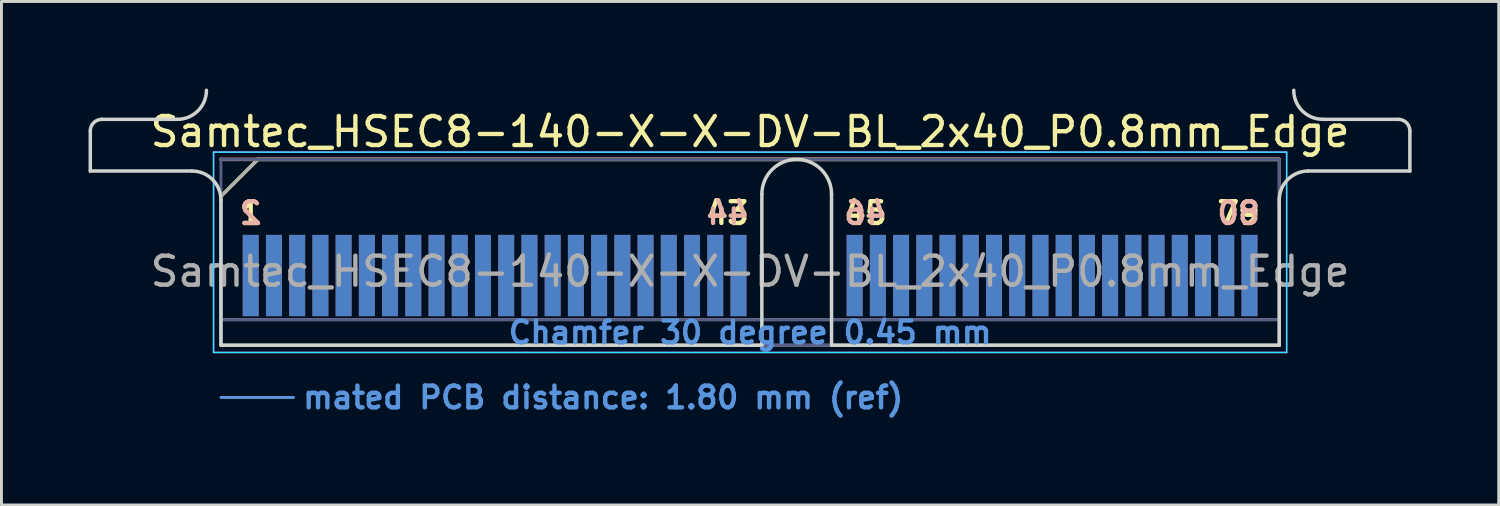
<source format=kicad_pcb>
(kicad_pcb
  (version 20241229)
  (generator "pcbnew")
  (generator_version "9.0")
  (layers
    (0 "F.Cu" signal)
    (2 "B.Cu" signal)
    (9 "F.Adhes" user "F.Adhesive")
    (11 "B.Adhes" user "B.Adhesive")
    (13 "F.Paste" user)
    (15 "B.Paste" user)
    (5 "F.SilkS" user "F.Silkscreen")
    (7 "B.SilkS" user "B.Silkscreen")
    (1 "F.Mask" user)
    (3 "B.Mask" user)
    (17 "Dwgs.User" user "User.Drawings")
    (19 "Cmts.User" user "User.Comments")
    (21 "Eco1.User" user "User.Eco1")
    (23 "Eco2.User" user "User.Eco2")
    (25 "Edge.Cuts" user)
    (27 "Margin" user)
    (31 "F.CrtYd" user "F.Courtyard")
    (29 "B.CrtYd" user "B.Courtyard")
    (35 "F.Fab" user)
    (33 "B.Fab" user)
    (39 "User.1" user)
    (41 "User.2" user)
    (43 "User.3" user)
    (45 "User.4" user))
  (footprint "Samtec_HSEC8-140-X-X-DV-BL_2x40_P0.8mm_Edge"
    (layer "F.Cu")
    (at 22.785 8.84)
    (property "Reference" "Samtec_HSEC8-140-X-X-DV-BL_2x40_P0.8mm_Edge" (at 0 -7.35 0) (layer "F.SilkS") (effects (font (size 1 1) (thickness 0.15))))
    (attr exclude_from_pos_files exclude_from_bom)
    (fp_line (start -18.225 -5.13) (end -16.955 -6.4) (stroke (width 0.12) (type solid)) (layer "F.SilkS"))
    (fp_line (start -16.955 -6.4) (end 18.225 -6.4) (stroke (width 0.12) (type solid)) (layer "F.SilkS"))
    (fp_line (start -18.225 -6.4) (end -18.225 -6.4) (stroke (width 0.12) (type solid)) (layer "B.SilkS"))
    (fp_line (start -18.225 -6.4) (end 18.225 -6.4) (stroke (width 0.12) (type solid)) (layer "B.SilkS"))
    (fp_line (start -18.225 1.8) (end -15.725 1.8) (stroke (width 0.1) (type solid)) (layer "Cmts.User"))
    (fp_line (start -22.725 -6) (end -22.725 -7.38) (stroke (width 0.12) (type solid)) (layer "Edge.Cuts"))
    (fp_line (start -22.325 -7.78) (end -19.725 -7.78) (stroke (width 0.12) (type solid)) (layer "Edge.Cuts"))
    (fp_line (start -19.225 -6) (end -22.725 -6) (stroke (width 0.12) (type solid)) (layer "Edge.Cuts"))
    (fp_line (start -18.225 -5) (end -18.225 0) (stroke (width 0.12) (type solid)) (layer "Edge.Cuts"))
    (fp_line (start -18.225 0) (end 0.405 0) (stroke (width 0.12) (type solid)) (layer "Edge.Cuts"))
    (fp_line (start 0.405 0) (end 0.405 -5.2) (stroke (width 0.12) (type solid)) (layer "Edge.Cuts"))
    (fp_line (start 2.805 -5.2) (end 2.805 0) (stroke (width 0.12) (type solid)) (layer "Edge.Cuts"))
    (fp_line (start 2.805 0) (end 18.225 0) (stroke (width 0.12) (type solid)) (layer "Edge.Cuts"))
    (fp_line (start 18.225 0) (end 18.225 -5) (stroke (width 0.12) (type solid)) (layer "Edge.Cuts"))
    (fp_line (start 19.225 -6) (end 22.725 -6) (stroke (width 0.12) (type solid)) (layer "Edge.Cuts"))
    (fp_line (start 22.325 -7.78) (end 19.725 -7.78) (stroke (width 0.12) (type solid)) (layer "Edge.Cuts"))
    (fp_line (start 22.725 -6) (end 22.725 -7.38) (stroke (width 0.12) (type solid)) (layer "Edge.Cuts"))
    (fp_arc (start -22.725 -7.38) (mid -22.607843 -7.662843) (end -22.325 -7.78) (stroke (width 0.12) (type solid)) (layer "Edge.Cuts"))
    (fp_arc (start -19.225 -6) (mid -18.517893 -5.707107) (end -18.225 -5) (stroke (width 0.12) (type solid)) (layer "Edge.Cuts"))
    (fp_arc (start -18.725 -8.78) (mid -19.017893 -8.072893) (end -19.725 -7.78) (stroke (width 0.12) (type solid)) (layer "Edge.Cuts"))
    (fp_arc (start 0.405 -5.2) (mid 1.605 -6.4) (end 2.805 -5.2) (stroke (width 0.12) (type solid)) (layer "Edge.Cuts"))
    (fp_arc (start 18.225 -5) (mid 18.517893 -5.707107) (end 19.225 -6) (stroke (width 0.12) (type solid)) (layer "Edge.Cuts"))
    (fp_arc (start 19.725 -7.78) (mid 19.017893 -8.072893) (end 18.725 -8.78) (stroke (width 0.12) (type solid)) (layer "Edge.Cuts"))
    (fp_arc (start 22.325 -7.78) (mid 22.607843 -7.662843) (end 22.725 -7.38) (stroke (width 0.12) (type solid)) (layer "Edge.Cuts"))
    (fp_line (start -18.48 -6.65) (end -18.48 0.25) (stroke (width 0.05) (type solid)) (layer "B.CrtYd"))
    (fp_line (start -18.48 0.25) (end 18.48 0.25) (stroke (width 0.05) (type solid)) (layer "B.CrtYd"))
    (fp_line (start 18.48 -6.65) (end -18.48 -6.65) (stroke (width 0.05) (type solid)) (layer "B.CrtYd"))
    (fp_line (start 18.48 0.25) (end 18.48 -6.65) (stroke (width 0.05) (type solid)) (layer "B.CrtYd"))
    (fp_line (start -18.48 -6.65) (end -18.48 0.25) (stroke (width 0.05) (type solid)) (layer "F.CrtYd"))
    (fp_line (start -18.48 0.25) (end 18.48 0.25) (stroke (width 0.05) (type solid)) (layer "F.CrtYd"))
    (fp_line (start 18.48 -6.65) (end -18.48 -6.65) (stroke (width 0.05) (type solid)) (layer "F.CrtYd"))
    (fp_line (start 18.48 0.25) (end 18.48 -6.65) (stroke (width 0.05) (type solid)) (layer "F.CrtYd"))
    (fp_line (start -18.225 -6.4) (end -18.225 -6.4) (stroke (width 0.1) (type solid)) (layer "B.Fab"))
    (fp_line (start -18.225 -6.4) (end -18.225 0) (stroke (width 0.1) (type solid)) (layer "B.Fab"))
    (fp_line (start -18.225 -6.4) (end 18.225 -6.4) (stroke (width 0.1) (type solid)) (layer "B.Fab"))
    (fp_line (start -18.225 -0.88) (end 18.225 -0.88) (stroke (width 0.1) (type solid)) (layer "B.Fab"))
    (fp_line (start -18.225 0) (end 18.225 0) (stroke (width 0.1) (type solid)) (layer "B.Fab"))
    (fp_line (start 18.225 -6.4) (end 18.225 0) (stroke (width 0.1) (type solid)) (layer "B.Fab"))
    (fp_line (start -18.225 -5.13) (end -18.225 0) (stroke (width 0.1) (type solid)) (layer "F.Fab"))
    (fp_line (start -18.225 -5.13) (end -16.955 -6.4) (stroke (width 0.1) (type solid)) (layer "F.Fab"))
    (fp_line (start -18.225 -0.88) (end 18.225 -0.88) (stroke (width 0.1) (type solid)) (layer "F.Fab"))
    (fp_line (start -18.225 0) (end 18.225 0) (stroke (width 0.1) (type solid)) (layer "F.Fab"))
    (fp_line (start -16.955 -6.4) (end 18.225 -6.4) (stroke (width 0.1) (type solid)) (layer "F.Fab"))
    (fp_line (start 18.225 -6.4) (end 18.225 0) (stroke (width 0.1) (type solid)) (layer "F.Fab"))
    (fp_text user "45" (at 3.975 -4.55 0) (layer "F.SilkS") (effects (font (size 0.75 0.75) (thickness 0.15))))
    (fp_text user "79" (at 16.825 -4.55 0) (layer "F.SilkS") (effects (font (size 0.75 0.75) (thickness 0.15))))
    (fp_text user "43" (at -0.775 -4.55 0) (layer "F.SilkS") (effects (font (size 0.75 0.75) (thickness 0.15))))
    (fp_text user "1" (at -17.2 -4.55 0) (layer "F.SilkS") (effects (font (size 0.75 0.75) (thickness 0.15))))
    (fp_text user "2" (at -17.2 -4.55 0) (layer "B.SilkS") (effects (font (size 0.75 0.75) (thickness 0.15)) (justify mirror)))
    (fp_text user "80" (at 16.825 -4.55 0) (layer "B.SilkS") (effects (font (size 0.75 0.75) (thickness 0.15)) (justify mirror)))
    (fp_text user "46" (at 3.975 -4.55 0) (layer "B.SilkS") (effects (font (size 0.75 0.75) (thickness 0.15)) (justify mirror)))
    (fp_text user "44" (at -0.775 -4.55 0) (layer "B.SilkS") (effects (font (size 0.75 0.75) (thickness 0.15)) (justify mirror)))
    (fp_text user "mated PCB distance: 1.80 mm (ref)" (at -15.48 1.8 0) (layer "Cmts.User") (effects (font (size 0.75 0.75) (thickness 0.15)) (justify left)))
    (fp_text user "Chamfer 30 degree 0.45 mm" (at 0 -0.44 0) (layer "Cmts.User") (effects (font (size 0.75 0.75) (thickness 0.15))))
    (fp_text user "${REFERENCE}" (at 0 -2.54 0) (layer "F.Fab") (effects (font (size 1 1) (thickness 0.15))))
    (pad "1" connect rect (at -17.2 -2.4) (size 0.55 2.8) (layers "F.Cu" "F.Mask"))
    (pad "2" connect rect (at -17.2 -2.4) (size 0.55 2.8) (layers "B.Cu" "B.Mask"))
    (pad "3" connect rect (at -16.4 -2.4) (size 0.55 2.8) (layers "F.Cu" "F.Mask"))
    (pad "4" connect rect (at -16.4 -2.4) (size 0.55 2.8) (layers "B.Cu" "B.Mask"))
    (pad "5" connect rect (at -15.6 -2.4) (size 0.55 2.8) (layers "F.Cu" "F.Mask"))
    (pad "6" connect rect (at -15.6 -2.4) (size 0.55 2.8) (layers "B.Cu" "B.Mask"))
    (pad "7" connect rect (at -14.8 -2.4) (size 0.55 2.8) (layers "F.Cu" "F.Mask"))
    (pad "8" connect rect (at -14.8 -2.4) (size 0.55 2.8) (layers "B.Cu" "B.Mask"))
    (pad "9" connect rect (at -14 -2.4) (size 0.55 2.8) (layers "F.Cu" "F.Mask"))
    (pad "10" connect rect (at -14 -2.4) (size 0.55 2.8) (layers "B.Cu" "B.Mask"))
    (pad "11" connect rect (at -13.2 -2.4) (size 0.55 2.8) (layers "F.Cu" "F.Mask"))
    (pad "12" connect rect (at -13.2 -2.4) (size 0.55 2.8) (layers "B.Cu" "B.Mask"))
    (pad "13" connect rect (at -12.4 -2.4) (size 0.55 2.8) (layers "F.Cu" "F.Mask"))
    (pad "14" connect rect (at -12.4 -2.4) (size 0.55 2.8) (layers "B.Cu" "B.Mask"))
    (pad "15" connect rect (at -11.6 -2.4) (size 0.55 2.8) (layers "F.Cu" "F.Mask"))
    (pad "16" connect rect (at -11.6 -2.4) (size 0.55 2.8) (layers "B.Cu" "B.Mask"))
    (pad "17" connect rect (at -10.8 -2.4) (size 0.55 2.8) (layers "F.Cu" "F.Mask"))
    (pad "18" connect rect (at -10.8 -2.4) (size 0.55 2.8) (layers "B.Cu" "B.Mask"))
    (pad "19" connect rect (at -10 -2.4) (size 0.55 2.8) (layers "F.Cu" "F.Mask"))
    (pad "20" connect rect (at -10 -2.4) (size 0.55 2.8) (layers "B.Cu" "B.Mask"))
    (pad "21" connect rect (at -9.2 -2.4) (size 0.55 2.8) (layers "F.Cu" "F.Mask"))
    (pad "22" connect rect (at -9.2 -2.4) (size 0.55 2.8) (layers "B.Cu" "B.Mask"))
    (pad "23" connect rect (at -8.4 -2.4) (size 0.55 2.8) (layers "F.Cu" "F.Mask"))
    (pad "24" connect rect (at -8.4 -2.4) (size 0.55 2.8) (layers "B.Cu" "B.Mask"))
    (pad "25" connect rect (at -7.6 -2.4) (size 0.55 2.8) (layers "F.Cu" "F.Mask"))
    (pad "26" connect rect (at -7.6 -2.4) (size 0.55 2.8) (layers "B.Cu" "B.Mask"))
    (pad "27" connect rect (at -6.8 -2.4) (size 0.55 2.8) (layers "F.Cu" "F.Mask"))
    (pad "28" connect rect (at -6.8 -2.4) (size 0.55 2.8) (layers "B.Cu" "B.Mask"))
    (pad "29" connect rect (at -6 -2.4) (size 0.55 2.8) (layers "F.Cu" "F.Mask"))
    (pad "30" connect rect (at -6 -2.4) (size 0.55 2.8) (layers "B.Cu" "B.Mask"))
    (pad "31" connect rect (at -5.2 -2.4) (size 0.55 2.8) (layers "F.Cu" "F.Mask"))
    (pad "32" connect rect (at -5.2 -2.4) (size 0.55 2.8) (layers "B.Cu" "B.Mask"))
    (pad "33" connect rect (at -4.4 -2.4) (size 0.55 2.8) (layers "F.Cu" "F.Mask"))
    (pad "34" connect rect (at -4.4 -2.4) (size 0.55 2.8) (layers "B.Cu" "B.Mask"))
    (pad "35" connect rect (at -3.6 -2.4) (size 0.55 2.8) (layers "F.Cu" "F.Mask"))
    (pad "36" connect rect (at -3.6 -2.4) (size 0.55 2.8) (layers "B.Cu" "B.Mask"))
    (pad "37" connect rect (at -2.8 -2.4) (size 0.55 2.8) (layers "F.Cu" "F.Mask"))
    (pad "38" connect rect (at -2.8 -2.4) (size 0.55 2.8) (layers "B.Cu" "B.Mask"))
    (pad "39" connect rect (at -2 -2.4) (size 0.55 2.8) (layers "F.Cu" "F.Mask"))
    (pad "40" connect rect (at -2 -2.4) (size 0.55 2.8) (layers "B.Cu" "B.Mask"))
    (pad "41" connect rect (at -1.2 -2.4) (size 0.55 2.8) (layers "F.Cu" "F.Mask"))
    (pad "42" connect rect (at -1.2 -2.4) (size 0.55 2.8) (layers "B.Cu" "B.Mask"))
    (pad "43" connect rect (at -0.4 -2.4) (size 0.55 2.8) (layers "F.Cu" "F.Mask"))
    (pad "44" connect rect (at -0.4 -2.4) (size 0.55 2.8) (layers "B.Cu" "B.Mask"))
    (pad "45" connect rect (at 3.6 -2.4) (size 0.55 2.8) (layers "F.Cu" "F.Mask"))
    (pad "46" connect rect (at 3.6 -2.4) (size 0.55 2.8) (layers "B.Cu" "B.Mask"))
    (pad "47" connect rect (at 4.4 -2.4) (size 0.55 2.8) (layers "F.Cu" "F.Mask"))
    (pad "48" connect rect (at 4.4 -2.4) (size 0.55 2.8) (layers "B.Cu" "B.Mask"))
    (pad "49" connect rect (at 5.2 -2.4) (size 0.55 2.8) (layers "F.Cu" "F.Mask"))
    (pad "50" connect rect (at 5.2 -2.4) (size 0.55 2.8) (layers "B.Cu" "B.Mask"))
    (pad "51" connect rect (at 6 -2.4) (size 0.55 2.8) (layers "F.Cu" "F.Mask"))
    (pad "52" connect rect (at 6 -2.4) (size 0.55 2.8) (layers "B.Cu" "B.Mask"))
    (pad "53" connect rect (at 6.8 -2.4) (size 0.55 2.8) (layers "F.Cu" "F.Mask"))
    (pad "54" connect rect (at 6.8 -2.4) (size 0.55 2.8) (layers "B.Cu" "B.Mask"))
    (pad "55" connect rect (at 7.6 -2.4) (size 0.55 2.8) (layers "F.Cu" "F.Mask"))
    (pad "56" connect rect (at 7.6 -2.4) (size 0.55 2.8) (layers "B.Cu" "B.Mask"))
    (pad "57" connect rect (at 8.4 -2.4) (size 0.55 2.8) (layers "F.Cu" "F.Mask"))
    (pad "58" connect rect (at 8.4 -2.4) (size 0.55 2.8) (layers "B.Cu" "B.Mask"))
    (pad "59" connect rect (at 9.2 -2.4) (size 0.55 2.8) (layers "F.Cu" "F.Mask"))
    (pad "60" connect rect (at 9.2 -2.4) (size 0.55 2.8) (layers "B.Cu" "B.Mask"))
    (pad "61" connect rect (at 10 -2.4) (size 0.55 2.8) (layers "F.Cu" "F.Mask"))
    (pad "62" connect rect (at 10 -2.4) (size 0.55 2.8) (layers "B.Cu" "B.Mask"))
    (pad "63" connect rect (at 10.8 -2.4) (size 0.55 2.8) (layers "F.Cu" "F.Mask"))
    (pad "64" connect rect (at 10.8 -2.4) (size 0.55 2.8) (layers "B.Cu" "B.Mask"))
    (pad "65" connect rect (at 11.6 -2.4) (size 0.55 2.8) (layers "F.Cu" "F.Mask"))
    (pad "66" connect rect (at 11.6 -2.4) (size 0.55 2.8) (layers "B.Cu" "B.Mask"))
    (pad "67" connect rect (at 12.4 -2.4) (size 0.55 2.8) (layers "F.Cu" "F.Mask"))
    (pad "68" connect rect (at 12.4 -2.4) (size 0.55 2.8) (layers "B.Cu" "B.Mask"))
    (pad "69" connect rect (at 13.2 -2.4) (size 0.55 2.8) (layers "F.Cu" "F.Mask"))
    (pad "70" connect rect (at 13.2 -2.4) (size 0.55 2.8) (layers "B.Cu" "B.Mask"))
    (pad "71" connect rect (at 14 -2.4) (size 0.55 2.8) (layers "F.Cu" "F.Mask"))
    (pad "72" connect rect (at 14 -2.4) (size 0.55 2.8) (layers "B.Cu" "B.Mask"))
    (pad "73" connect rect (at 14.8 -2.4) (size 0.55 2.8) (layers "F.Cu" "F.Mask"))
    (pad "74" connect rect (at 14.8 -2.4) (size 0.55 2.8) (layers "B.Cu" "B.Mask"))
    (pad "75" connect rect (at 15.6 -2.4) (size 0.55 2.8) (layers "F.Cu" "F.Mask"))
    (pad "76" connect rect (at 15.6 -2.4) (size 0.55 2.8) (layers "B.Cu" "B.Mask"))
    (pad "77" connect rect (at 16.4 -2.4) (size 0.55 2.8) (layers "F.Cu" "F.Mask"))
    (pad "78" connect rect (at 16.4 -2.4) (size 0.55 2.8) (layers "B.Cu" "B.Mask"))
    (pad "79" connect rect (at 17.2 -2.4) (size 0.55 2.8) (layers "F.Cu" "F.Mask"))
    (pad "80" connect rect (at 17.2 -2.4) (size 0.55 2.8) (layers "B.Cu" "B.Mask")))
  (gr_rect
    (start -3 -3)
    (end 48.57 14.342)
    (stroke (width 0.1) (type default))
    (fill no)
    (layer "Edge.Cuts")))
</source>
